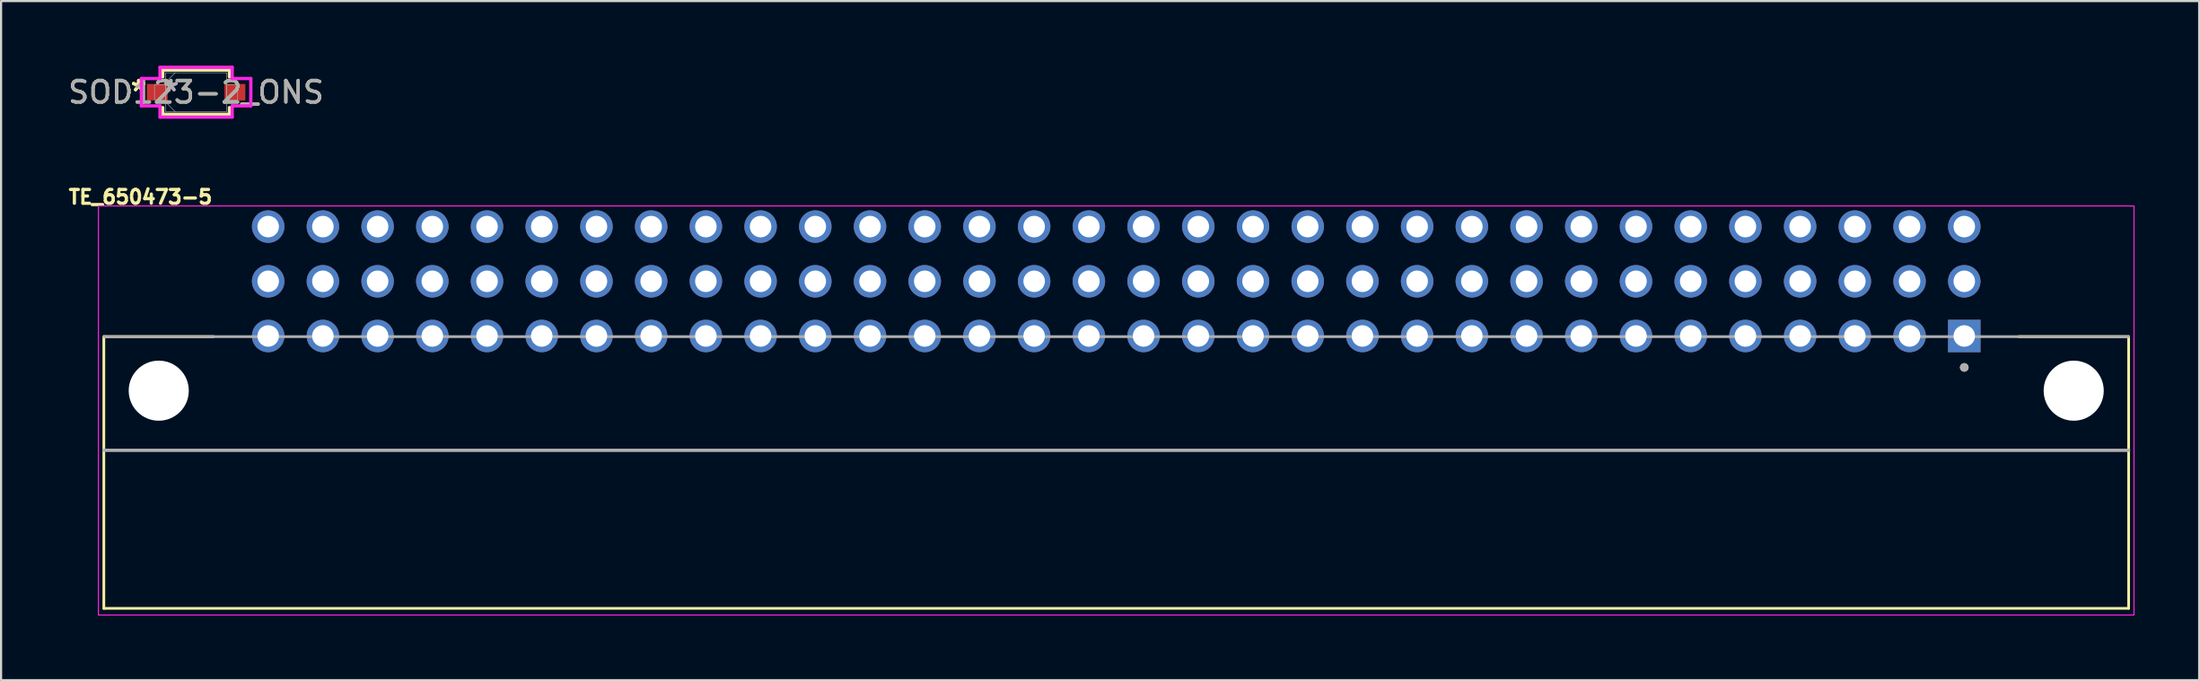
<source format=kicad_pcb>
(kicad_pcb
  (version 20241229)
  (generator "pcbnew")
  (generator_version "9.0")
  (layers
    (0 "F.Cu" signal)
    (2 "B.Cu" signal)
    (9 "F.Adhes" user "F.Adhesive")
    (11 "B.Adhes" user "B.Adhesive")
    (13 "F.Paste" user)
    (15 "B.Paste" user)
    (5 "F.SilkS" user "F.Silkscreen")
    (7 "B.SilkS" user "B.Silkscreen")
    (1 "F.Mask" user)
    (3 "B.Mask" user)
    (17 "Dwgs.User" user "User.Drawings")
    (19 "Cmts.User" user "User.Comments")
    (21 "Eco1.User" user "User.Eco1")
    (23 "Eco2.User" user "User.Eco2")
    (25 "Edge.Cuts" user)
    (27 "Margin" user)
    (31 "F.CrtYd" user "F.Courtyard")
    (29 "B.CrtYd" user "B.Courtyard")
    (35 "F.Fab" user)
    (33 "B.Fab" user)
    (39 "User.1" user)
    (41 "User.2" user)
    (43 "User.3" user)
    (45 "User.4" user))
  (footprint "TE_650473-5"
    (layer "F.Cu")
    (at 88.14 12.554)
    (property "Reference" "TE_650473-5" (at -84.669 -6.453 0) (layer "F.SilkS") (effects (font (size 0.641 0.641) (thickness 0.15))))
    (attr through_hole)
    (fp_line (start -86.37 12.65) (end -86.37 0.03) (stroke (width 0.127) (type solid)) (layer "F.SilkS"))
    (fp_line (start -86.36 0.03) (end -81.28 0.03) (stroke (width 0.127) (type solid)) (layer "F.SilkS"))
    (fp_line (start 2.54 0.03) (end 7.62 0.03) (stroke (width 0.127) (type solid)) (layer "F.SilkS"))
    (fp_line (start 7.63 0.03) (end 7.63 12.65) (stroke (width 0.127) (type solid)) (layer "F.SilkS"))
    (fp_line (start 7.63 12.65) (end -86.37 12.65) (stroke (width 0.127) (type solid)) (layer "F.SilkS"))
    (fp_circle (center 0 1.46) (end 0.1 1.46) (stroke (width 0.2) (type solid)) (fill no) (layer "F.SilkS"))
    (fp_line (start -86.62 -6.04) (end 7.88 -6.04) (stroke (width 0.05) (type solid)) (layer "F.CrtYd"))
    (fp_line (start -86.62 12.96) (end -86.62 -6.04) (stroke (width 0.05) (type solid)) (layer "F.CrtYd"))
    (fp_line (start 7.88 -6.04) (end 7.88 12.96) (stroke (width 0.05) (type solid)) (layer "F.CrtYd"))
    (fp_line (start 7.88 12.96) (end -86.62 12.96) (stroke (width 0.05) (type solid)) (layer "F.CrtYd"))
    (fp_line (start -86.37 0.03) (end 7.63 0.03) (stroke (width 0.127) (type solid)) (layer "F.Fab"))
    (fp_line (start -86.37 5.31) (end 7.63 5.31) (stroke (width 0.152) (type solid)) (layer "F.Fab"))
    (fp_circle (center 0 1.46) (end 0.1 1.46) (stroke (width 0.2) (type solid)) (fill no) (layer "F.Fab"))
    (pad "" np_thru_hole circle (at -83.82 2.54) (size 2.79 2.79) (drill 2.79) (layers "*.Cu" "*.Mask"))
    (pad "" np_thru_hole circle (at 5.08 2.54) (size 2.79 2.79) (drill 2.79) (layers "*.Cu" "*.Mask"))
    (pad "A1" thru_hole rect (at 0 0) (size 1.508 1.508) (drill 1) (layers "*.Cu" "*.Mask"))
    (pad "A2" thru_hole circle (at -2.54 0) (size 1.508 1.508) (drill 1) (layers "*.Cu" "*.Mask"))
    (pad "A3" thru_hole circle (at -5.08 0) (size 1.508 1.508) (drill 1) (layers "*.Cu" "*.Mask"))
    (pad "A4" thru_hole circle (at -7.62 0) (size 1.508 1.508) (drill 1) (layers "*.Cu" "*.Mask"))
    (pad "A5" thru_hole circle (at -10.16 0) (size 1.508 1.508) (drill 1) (layers "*.Cu" "*.Mask"))
    (pad "A6" thru_hole circle (at -12.7 0) (size 1.508 1.508) (drill 1) (layers "*.Cu" "*.Mask"))
    (pad "A7" thru_hole circle (at -15.24 0) (size 1.508 1.508) (drill 1) (layers "*.Cu" "*.Mask"))
    (pad "A8" thru_hole circle (at -17.78 0) (size 1.508 1.508) (drill 1) (layers "*.Cu" "*.Mask"))
    (pad "A9" thru_hole circle (at -20.32 0) (size 1.508 1.508) (drill 1) (layers "*.Cu" "*.Mask"))
    (pad "A10" thru_hole circle (at -22.86 0) (size 1.508 1.508) (drill 1) (layers "*.Cu" "*.Mask"))
    (pad "A11" thru_hole circle (at -25.4 0) (size 1.508 1.508) (drill 1) (layers "*.Cu" "*.Mask"))
    (pad "A12" thru_hole circle (at -27.94 0) (size 1.508 1.508) (drill 1) (layers "*.Cu" "*.Mask"))
    (pad "A13" thru_hole circle (at -30.48 0) (size 1.508 1.508) (drill 1) (layers "*.Cu" "*.Mask"))
    (pad "A14" thru_hole circle (at -33.02 0) (size 1.508 1.508) (drill 1) (layers "*.Cu" "*.Mask"))
    (pad "A15" thru_hole circle (at -35.56 0) (size 1.508 1.508) (drill 1) (layers "*.Cu" "*.Mask"))
    (pad "A16" thru_hole circle (at -38.1 0) (size 1.508 1.508) (drill 1) (layers "*.Cu" "*.Mask"))
    (pad "A17" thru_hole circle (at -40.64 0) (size 1.508 1.508) (drill 1) (layers "*.Cu" "*.Mask"))
    (pad "A18" thru_hole circle (at -43.18 0) (size 1.508 1.508) (drill 1) (layers "*.Cu" "*.Mask"))
    (pad "A19" thru_hole circle (at -45.72 0) (size 1.508 1.508) (drill 1) (layers "*.Cu" "*.Mask"))
    (pad "A20" thru_hole circle (at -48.26 0) (size 1.508 1.508) (drill 1) (layers "*.Cu" "*.Mask"))
    (pad "A21" thru_hole circle (at -50.8 0) (size 1.508 1.508) (drill 1) (layers "*.Cu" "*.Mask"))
    (pad "A22" thru_hole circle (at -53.34 0) (size 1.508 1.508) (drill 1) (layers "*.Cu" "*.Mask"))
    (pad "A23" thru_hole circle (at -55.88 0) (size 1.508 1.508) (drill 1) (layers "*.Cu" "*.Mask"))
    (pad "A24" thru_hole circle (at -58.42 0) (size 1.508 1.508) (drill 1) (layers "*.Cu" "*.Mask"))
    (pad "A25" thru_hole circle (at -60.96 0) (size 1.508 1.508) (drill 1) (layers "*.Cu" "*.Mask"))
    (pad "A26" thru_hole circle (at -63.5 0) (size 1.508 1.508) (drill 1) (layers "*.Cu" "*.Mask"))
    (pad "A27" thru_hole circle (at -66.04 0) (size 1.508 1.508) (drill 1) (layers "*.Cu" "*.Mask"))
    (pad "A28" thru_hole circle (at -68.58 0) (size 1.508 1.508) (drill 1) (layers "*.Cu" "*.Mask"))
    (pad "A29" thru_hole circle (at -71.12 0) (size 1.508 1.508) (drill 1) (layers "*.Cu" "*.Mask"))
    (pad "A30" thru_hole circle (at -73.66 0) (size 1.508 1.508) (drill 1) (layers "*.Cu" "*.Mask"))
    (pad "A31" thru_hole circle (at -76.2 0) (size 1.508 1.508) (drill 1) (layers "*.Cu" "*.Mask"))
    (pad "A32" thru_hole circle (at -78.74 0) (size 1.508 1.508) (drill 1) (layers "*.Cu" "*.Mask"))
    (pad "B1" thru_hole circle (at 0 -2.54) (size 1.508 1.508) (drill 1) (layers "*.Cu" "*.Mask"))
    (pad "B2" thru_hole circle (at -2.54 -2.54) (size 1.508 1.508) (drill 1) (layers "*.Cu" "*.Mask"))
    (pad "B3" thru_hole circle (at -5.08 -2.54) (size 1.508 1.508) (drill 1) (layers "*.Cu" "*.Mask"))
    (pad "B4" thru_hole circle (at -7.62 -2.54) (size 1.508 1.508) (drill 1) (layers "*.Cu" "*.Mask"))
    (pad "B5" thru_hole circle (at -10.16 -2.54) (size 1.508 1.508) (drill 1) (layers "*.Cu" "*.Mask"))
    (pad "B6" thru_hole circle (at -12.7 -2.54) (size 1.508 1.508) (drill 1) (layers "*.Cu" "*.Mask"))
    (pad "B7" thru_hole circle (at -15.24 -2.54) (size 1.508 1.508) (drill 1) (layers "*.Cu" "*.Mask"))
    (pad "B8" thru_hole circle (at -17.78 -2.54) (size 1.508 1.508) (drill 1) (layers "*.Cu" "*.Mask"))
    (pad "B9" thru_hole circle (at -20.32 -2.54) (size 1.508 1.508) (drill 1) (layers "*.Cu" "*.Mask"))
    (pad "B10" thru_hole circle (at -22.86 -2.54) (size 1.508 1.508) (drill 1) (layers "*.Cu" "*.Mask"))
    (pad "B11" thru_hole circle (at -25.4 -2.54) (size 1.508 1.508) (drill 1) (layers "*.Cu" "*.Mask"))
    (pad "B12" thru_hole circle (at -27.94 -2.54) (size 1.508 1.508) (drill 1) (layers "*.Cu" "*.Mask"))
    (pad "B13" thru_hole circle (at -30.48 -2.54) (size 1.508 1.508) (drill 1) (layers "*.Cu" "*.Mask"))
    (pad "B14" thru_hole circle (at -33.02 -2.54) (size 1.508 1.508) (drill 1) (layers "*.Cu" "*.Mask"))
    (pad "B15" thru_hole circle (at -35.56 -2.54) (size 1.508 1.508) (drill 1) (layers "*.Cu" "*.Mask"))
    (pad "B16" thru_hole circle (at -38.1 -2.54) (size 1.508 1.508) (drill 1) (layers "*.Cu" "*.Mask"))
    (pad "B17" thru_hole circle (at -40.64 -2.54) (size 1.508 1.508) (drill 1) (layers "*.Cu" "*.Mask"))
    (pad "B18" thru_hole circle (at -43.18 -2.54) (size 1.508 1.508) (drill 1) (layers "*.Cu" "*.Mask"))
    (pad "B19" thru_hole circle (at -45.72 -2.54) (size 1.508 1.508) (drill 1) (layers "*.Cu" "*.Mask"))
    (pad "B20" thru_hole circle (at -48.26 -2.54) (size 1.508 1.508) (drill 1) (layers "*.Cu" "*.Mask"))
    (pad "B21" thru_hole circle (at -50.8 -2.54) (size 1.508 1.508) (drill 1) (layers "*.Cu" "*.Mask"))
    (pad "B22" thru_hole circle (at -53.34 -2.54) (size 1.508 1.508) (drill 1) (layers "*.Cu" "*.Mask"))
    (pad "B23" thru_hole circle (at -55.88 -2.54) (size 1.508 1.508) (drill 1) (layers "*.Cu" "*.Mask"))
    (pad "B24" thru_hole circle (at -58.42 -2.54) (size 1.508 1.508) (drill 1) (layers "*.Cu" "*.Mask"))
    (pad "B25" thru_hole circle (at -60.96 -2.54) (size 1.508 1.508) (drill 1) (layers "*.Cu" "*.Mask"))
    (pad "B26" thru_hole circle (at -63.5 -2.54) (size 1.508 1.508) (drill 1) (layers "*.Cu" "*.Mask"))
    (pad "B27" thru_hole circle (at -66.04 -2.54) (size 1.508 1.508) (drill 1) (layers "*.Cu" "*.Mask"))
    (pad "B28" thru_hole circle (at -68.58 -2.54) (size 1.508 1.508) (drill 1) (layers "*.Cu" "*.Mask"))
    (pad "B29" thru_hole circle (at -71.12 -2.54) (size 1.508 1.508) (drill 1) (layers "*.Cu" "*.Mask"))
    (pad "B30" thru_hole circle (at -73.66 -2.54) (size 1.508 1.508) (drill 1) (layers "*.Cu" "*.Mask"))
    (pad "B31" thru_hole circle (at -76.2 -2.54) (size 1.508 1.508) (drill 1) (layers "*.Cu" "*.Mask"))
    (pad "B32" thru_hole circle (at -78.74 -2.54) (size 1.508 1.508) (drill 1) (layers "*.Cu" "*.Mask"))
    (pad "C1" thru_hole circle (at 0 -5.08) (size 1.508 1.508) (drill 1) (layers "*.Cu" "*.Mask"))
    (pad "C2" thru_hole circle (at -2.54 -5.08) (size 1.508 1.508) (drill 1) (layers "*.Cu" "*.Mask"))
    (pad "C3" thru_hole circle (at -5.08 -5.08) (size 1.508 1.508) (drill 1) (layers "*.Cu" "*.Mask"))
    (pad "C4" thru_hole circle (at -7.62 -5.08) (size 1.508 1.508) (drill 1) (layers "*.Cu" "*.Mask"))
    (pad "C5" thru_hole circle (at -10.16 -5.08) (size 1.508 1.508) (drill 1) (layers "*.Cu" "*.Mask"))
    (pad "C6" thru_hole circle (at -12.7 -5.08) (size 1.508 1.508) (drill 1) (layers "*.Cu" "*.Mask"))
    (pad "C7" thru_hole circle (at -15.24 -5.08) (size 1.508 1.508) (drill 1) (layers "*.Cu" "*.Mask"))
    (pad "C8" thru_hole circle (at -17.78 -5.08) (size 1.508 1.508) (drill 1) (layers "*.Cu" "*.Mask"))
    (pad "C9" thru_hole circle (at -20.32 -5.08) (size 1.508 1.508) (drill 1) (layers "*.Cu" "*.Mask"))
    (pad "C10" thru_hole circle (at -22.86 -5.08) (size 1.508 1.508) (drill 1) (layers "*.Cu" "*.Mask"))
    (pad "C11" thru_hole circle (at -25.4 -5.08) (size 1.508 1.508) (drill 1) (layers "*.Cu" "*.Mask"))
    (pad "C12" thru_hole circle (at -27.94 -5.08) (size 1.508 1.508) (drill 1) (layers "*.Cu" "*.Mask"))
    (pad "C13" thru_hole circle (at -30.48 -5.08) (size 1.508 1.508) (drill 1) (layers "*.Cu" "*.Mask"))
    (pad "C14" thru_hole circle (at -33.02 -5.08) (size 1.508 1.508) (drill 1) (layers "*.Cu" "*.Mask"))
    (pad "C15" thru_hole circle (at -35.56 -5.08) (size 1.508 1.508) (drill 1) (layers "*.Cu" "*.Mask"))
    (pad "C16" thru_hole circle (at -38.1 -5.08) (size 1.508 1.508) (drill 1) (layers "*.Cu" "*.Mask"))
    (pad "C17" thru_hole circle (at -40.64 -5.08) (size 1.508 1.508) (drill 1) (layers "*.Cu" "*.Mask"))
    (pad "C18" thru_hole circle (at -43.18 -5.08) (size 1.508 1.508) (drill 1) (layers "*.Cu" "*.Mask"))
    (pad "C19" thru_hole circle (at -45.72 -5.08) (size 1.508 1.508) (drill 1) (layers "*.Cu" "*.Mask"))
    (pad "C20" thru_hole circle (at -48.26 -5.08) (size 1.508 1.508) (drill 1) (layers "*.Cu" "*.Mask"))
    (pad "C21" thru_hole circle (at -50.8 -5.08) (size 1.508 1.508) (drill 1) (layers "*.Cu" "*.Mask"))
    (pad "C22" thru_hole circle (at -53.34 -5.08) (size 1.508 1.508) (drill 1) (layers "*.Cu" "*.Mask"))
    (pad "C23" thru_hole circle (at -55.88 -5.08) (size 1.508 1.508) (drill 1) (layers "*.Cu" "*.Mask"))
    (pad "C24" thru_hole circle (at -58.42 -5.08) (size 1.508 1.508) (drill 1) (layers "*.Cu" "*.Mask"))
    (pad "C25" thru_hole circle (at -60.96 -5.08) (size 1.508 1.508) (drill 1) (layers "*.Cu" "*.Mask"))
    (pad "C26" thru_hole circle (at -63.5 -5.08) (size 1.508 1.508) (drill 1) (layers "*.Cu" "*.Mask"))
    (pad "C27" thru_hole circle (at -66.04 -5.08) (size 1.508 1.508) (drill 1) (layers "*.Cu" "*.Mask"))
    (pad "C28" thru_hole circle (at -68.58 -5.08) (size 1.508 1.508) (drill 1) (layers "*.Cu" "*.Mask"))
    (pad "C29" thru_hole circle (at -71.12 -5.08) (size 1.508 1.508) (drill 1) (layers "*.Cu" "*.Mask"))
    (pad "C30" thru_hole circle (at -73.66 -5.08) (size 1.508 1.508) (drill 1) (layers "*.Cu" "*.Mask"))
    (pad "C31" thru_hole circle (at -76.2 -5.08) (size 1.508 1.508) (drill 1) (layers "*.Cu" "*.Mask"))
    (pad "C32" thru_hole circle (at -78.74 -5.08) (size 1.508 1.508) (drill 1) (layers "*.Cu" "*.Mask")))
  (footprint "SOD123-2_ONS"
    (layer "F.Cu")
    (at 6.054 1.232)
    (property "Reference" "SOD123-2_ONS" (at 0 0 0) (unlocked yes) (layer "F.SilkS") (effects (font (size 1 1) (thickness 0.15))))
    (attr smd)
    (fp_line (start -1.549 -1.029) (end -1.549 -0.714) (stroke (width 0.152) (type solid)) (layer "F.SilkS"))
    (fp_line (start -1.549 0.714) (end -1.549 1.029) (stroke (width 0.152) (type solid)) (layer "F.SilkS"))
    (fp_line (start -1.549 1.029) (end 1.549 1.029) (stroke (width 0.152) (type solid)) (layer "F.SilkS"))
    (fp_line (start 1.549 -1.029) (end -1.549 -1.029) (stroke (width 0.152) (type solid)) (layer "F.SilkS"))
    (fp_line (start 1.549 -0.714) (end 1.549 -1.029) (stroke (width 0.152) (type solid)) (layer "F.SilkS"))
    (fp_line (start 1.549 1.029) (end 1.549 0.714) (stroke (width 0.152) (type solid)) (layer "F.SilkS"))
    (fp_line (start -2.54 -0.635) (end -1.676 -0.635) (stroke (width 0.152) (type solid)) (layer "F.CrtYd"))
    (fp_line (start -2.54 0.635) (end -2.54 -0.635) (stroke (width 0.152) (type solid)) (layer "F.CrtYd"))
    (fp_line (start -1.676 -1.156) (end 1.676 -1.156) (stroke (width 0.152) (type solid)) (layer "F.CrtYd"))
    (fp_line (start -1.676 -0.635) (end -1.676 -1.156) (stroke (width 0.152) (type solid)) (layer "F.CrtYd"))
    (fp_line (start -1.676 0.635) (end -2.54 0.635) (stroke (width 0.152) (type solid)) (layer "F.CrtYd"))
    (fp_line (start -1.676 1.156) (end -1.676 0.635) (stroke (width 0.152) (type solid)) (layer "F.CrtYd"))
    (fp_line (start 1.676 -1.156) (end 1.676 -0.635) (stroke (width 0.152) (type solid)) (layer "F.CrtYd"))
    (fp_line (start 1.676 -0.635) (end 2.54 -0.635) (stroke (width 0.152) (type solid)) (layer "F.CrtYd"))
    (fp_line (start 1.676 0.635) (end 1.676 1.156) (stroke (width 0.152) (type solid)) (layer "F.CrtYd"))
    (fp_line (start 1.676 1.156) (end -1.676 1.156) (stroke (width 0.152) (type solid)) (layer "F.CrtYd"))
    (fp_line (start 2.54 -0.635) (end 2.54 0.635) (stroke (width 0.152) (type solid)) (layer "F.CrtYd"))
    (fp_line (start 2.54 0.635) (end 1.676 0.635) (stroke (width 0.152) (type solid)) (layer "F.CrtYd"))
    (fp_line (start -1.93 -0.356) (end -1.93 0.356) (stroke (width 0.025) (type solid)) (layer "F.Fab"))
    (fp_line (start -1.93 0.356) (end -1.422 0.356) (stroke (width 0.025) (type solid)) (layer "F.Fab"))
    (fp_line (start -1.422 -0.902) (end -1.422 0.902) (stroke (width 0.025) (type solid)) (layer "F.Fab"))
    (fp_line (start -1.422 -0.451) (end -0.972 -0.902) (stroke (width 0.025) (type solid)) (layer "F.Fab"))
    (fp_line (start -1.422 -0.356) (end -1.93 -0.356) (stroke (width 0.025) (type solid)) (layer "F.Fab"))
    (fp_line (start -1.422 0.356) (end -1.422 -0.356) (stroke (width 0.025) (type solid)) (layer "F.Fab"))
    (fp_line (start -1.422 0.451) (end -0.972 0.902) (stroke (width 0.025) (type solid)) (layer "F.Fab"))
    (fp_line (start -1.422 0.902) (end 1.422 0.902) (stroke (width 0.025) (type solid)) (layer "F.Fab"))
    (fp_line (start 1.422 -0.902) (end -1.422 -0.902) (stroke (width 0.025) (type solid)) (layer "F.Fab"))
    (fp_line (start 1.422 -0.356) (end 1.422 0.356) (stroke (width 0.025) (type solid)) (layer "F.Fab"))
    (fp_line (start 1.422 0.356) (end 1.93 0.356) (stroke (width 0.025) (type solid)) (layer "F.Fab"))
    (fp_line (start 1.422 0.902) (end 1.422 -0.902) (stroke (width 0.025) (type solid)) (layer "F.Fab"))
    (fp_line (start 1.93 -0.356) (end 1.422 -0.356) (stroke (width 0.025) (type solid)) (layer "F.Fab"))
    (fp_line (start 1.93 0.356) (end 1.93 -0.356) (stroke (width 0.025) (type solid)) (layer "F.Fab"))
    (fp_text user "*" (at -2.667 0 0) (layer "F.SilkS") (effects (font (size 1 1) (thickness 0.15))))
    (fp_text user "*" (at -2.667 0 0) (unlocked yes) (layer "F.SilkS") (effects (font (size 1 1) (thickness 0.15))))
    (fp_text user "*" (at -1.168 0 0) (unlocked yes) (layer "F.Fab") (effects (font (size 1 1) (thickness 0.15))))
    (fp_text user "${REFERENCE}" (at 0 0 0) (unlocked yes) (layer "F.Fab") (effects (font (size 1 1) (thickness 0.15))))
    (fp_text user "*" (at -1.168 0 0) (layer "F.Fab") (effects (font (size 1 1) (thickness 0.15))))
    (pad "1" smd rect (at -1.803 0) (size 0.965 0.762) (layers "F.Cu" "F.Mask" "F.Paste"))
    (pad "2" smd rect (at 1.803 0) (size 0.965 0.762) (layers "F.Cu" "F.Mask" "F.Paste")))
  (gr_rect
    (start -3 -3)
    (end 99.045 28.539)
    (stroke (width 0.1) (type default))
    (fill no)
    (layer "Edge.Cuts")))
</source>
